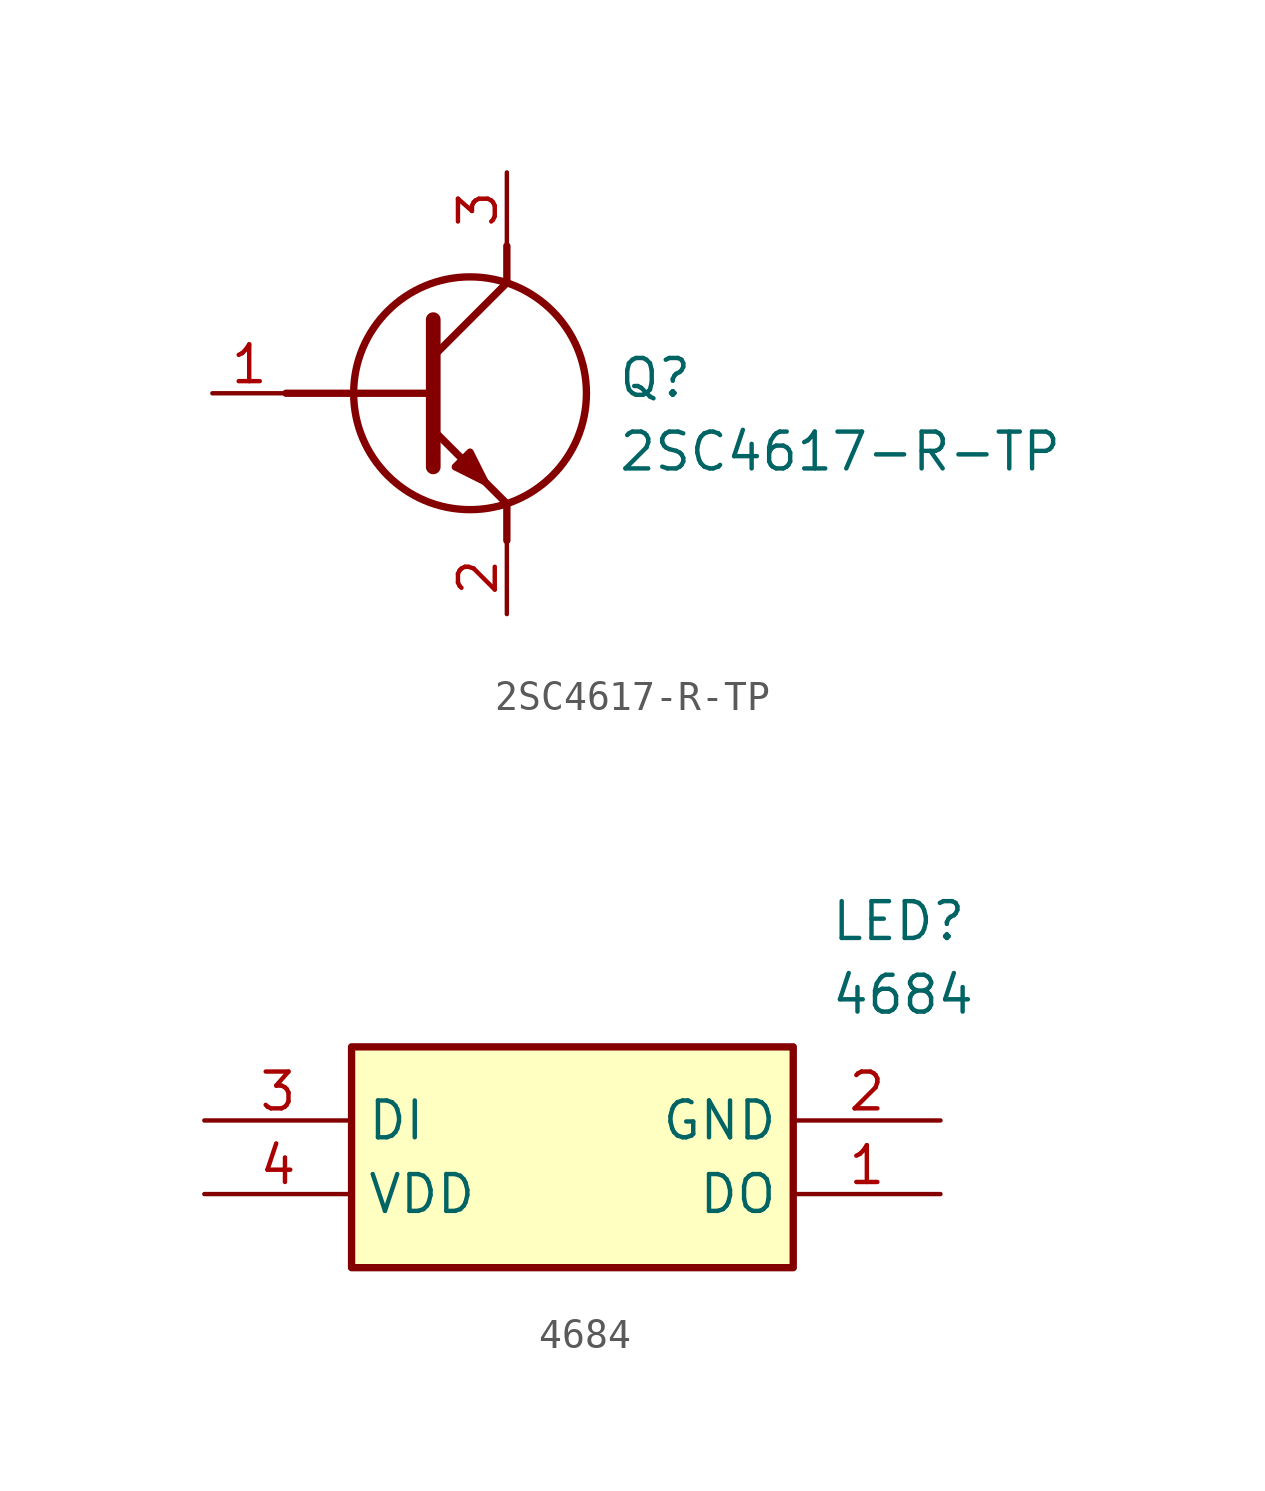
<source format=kicad_sym>
(kicad_symbol_lib
  (version 20220914)
  (generator SamacSys_ECAD_Model)
  (symbol "2SC4617-R-TP"
    (pin_names hide)
    (property "Reference" "Q"
      (at 13.97 1.27 0)
      (effects (font (size 1.27 1.27)) (justify left top)))
    (property "Value" "2SC4617-R-TP"
      (at 13.97 -1.27 0)
      (effects (font (size 1.27 1.27)) (justify left top)))
    (polyline
      (pts (xy 7.62 2.54) (xy 7.62 -2.54))
      (stroke (width 0.508) (type default))
      (fill (type none)))
    (polyline
      (pts (xy 7.62 1.27) (xy 10.16 3.81))
      (stroke (width 0.254) (type default))
      (fill (type none)))
    (polyline
      (pts (xy 7.62 -1.27) (xy 10.16 -3.81))
      (stroke (width 0.254) (type default))
      (fill (type none)))
    (polyline
      (pts (xy 10.16 -3.81) (xy 10.16 -5.08))
      (stroke (width 0.254) (type default))
      (fill (type none)))
    (polyline
      (pts (xy 10.16 3.81) (xy 10.16 5.08))
      (stroke (width 0.254) (type default))
      (fill (type none)))
    (polyline
      (pts (xy 2.54 0) (xy 7.62 0))
      (stroke (width 0.254) (type default))
      (fill (type none)))
    (circle
      (center 8.89 0)
      (radius 4.016)
      (stroke (width 0.254) (type default))
      (fill (type none)))
    (polyline
      (pts (xy 8.382 -2.54) (xy 8.89 -2.032) (xy 9.398 -3.048) (xy 8.382 -2.54))
      (stroke (width 0.254) (type default))
      (fill (type outline)))
    (pin passive line
      (at 0 0 0)
      (length 2.54)
      (name "B" (effects (font (size 1.27 1.27))))
      (number "1" (effects (font (size 1.27 1.27)))))
    (pin passive line
      (at 10.16 -7.62 90)
      (length 2.54)
      (name "E" (effects (font (size 1.27 1.27))))
      (number "2" (effects (font (size 1.27 1.27)))))
    (pin passive line
      (at 10.16 7.62 270)
      (length 2.54)
      (name "C" (effects (font (size 1.27 1.27))))
      (number "3" (effects (font (size 1.27 1.27))))))
  (symbol "4684"
    (property "Reference" "LED"
      (at 21.59 7.62 0)
      (effects (font (size 1.27 1.27)) (justify left top)))
    (property "Value" "4684"
      (at 21.59 5.08 0)
      (effects (font (size 1.27 1.27)) (justify left top)))
    (rectangle
      (start 5.08 2.54)
      (end 20.32 -5.08)
      (stroke (width 0.254) (type default))
      (fill (type background)))
    (pin passive line
      (at 25.4 -2.54 180)
      (length 5.08)
      (name "DO" (effects (font (size 1.27 1.27))))
      (number "1" (effects (font (size 1.27 1.27)))))
    (pin passive line
      (at 25.4 0 180)
      (length 5.08)
      (name "GND" (effects (font (size 1.27 1.27))))
      (number "2" (effects (font (size 1.27 1.27)))))
    (pin passive line
      (at 0 0 0)
      (length 5.08)
      (name "DI" (effects (font (size 1.27 1.27))))
      (number "3" (effects (font (size 1.27 1.27)))))
    (pin passive line
      (at 0 -2.54 0)
      (length 5.08)
      (name "VDD" (effects (font (size 1.27 1.27))))
      (number "4" (effects (font (size 1.27 1.27)))))))
</source>
